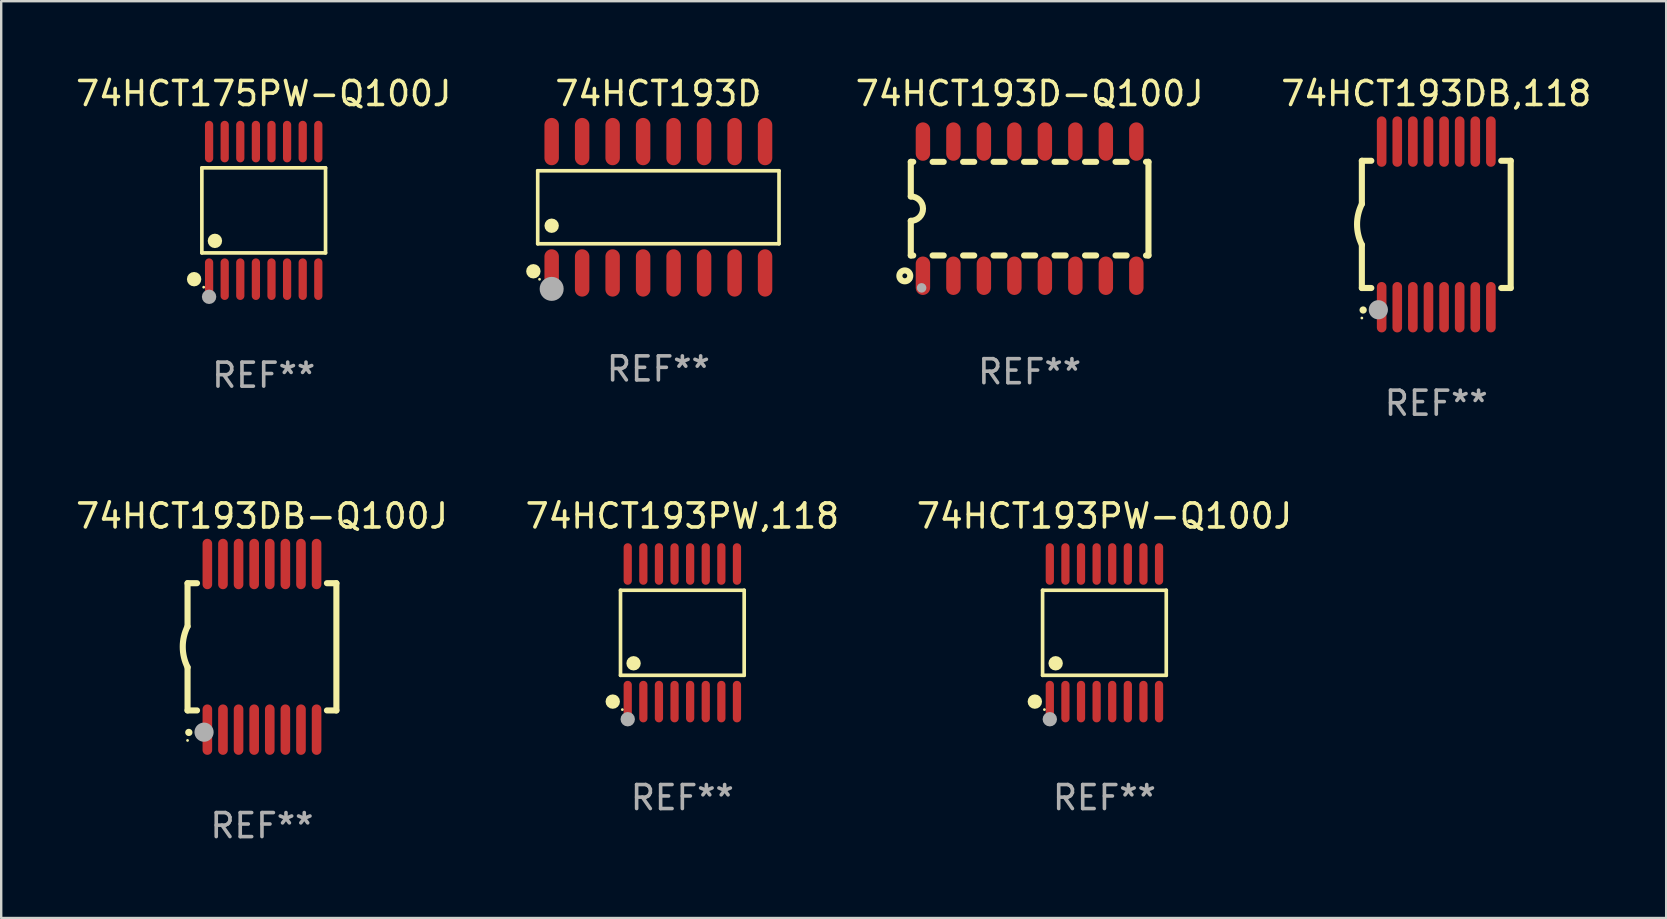
<source format=kicad_pcb>
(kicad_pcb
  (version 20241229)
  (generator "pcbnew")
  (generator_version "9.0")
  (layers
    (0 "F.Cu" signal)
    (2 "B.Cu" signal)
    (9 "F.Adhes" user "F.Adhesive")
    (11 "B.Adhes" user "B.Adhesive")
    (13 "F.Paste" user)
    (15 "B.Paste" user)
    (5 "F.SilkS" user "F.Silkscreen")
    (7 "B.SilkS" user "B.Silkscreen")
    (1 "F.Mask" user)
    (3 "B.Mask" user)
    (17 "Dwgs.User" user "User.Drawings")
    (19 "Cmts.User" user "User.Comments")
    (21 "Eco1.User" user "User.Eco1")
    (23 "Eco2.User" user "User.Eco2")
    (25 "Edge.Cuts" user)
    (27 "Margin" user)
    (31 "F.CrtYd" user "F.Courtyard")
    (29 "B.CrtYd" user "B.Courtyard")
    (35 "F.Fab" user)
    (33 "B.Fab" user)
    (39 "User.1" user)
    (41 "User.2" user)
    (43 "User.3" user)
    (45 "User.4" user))
  (footprint "74HCT175PW-Q100J"
    (layer "F.Cu")
    (at 7.935 5.714)
    (property "Reference" "74HCT175PW-Q100J" (at 0 -4.866 0) (layer "F.SilkS") (effects (font (size 1 1) (thickness 0.15))))
    (attr through_hole)
    (fp_line (start -2.576 -1.772) (end 2.576 -1.772) (stroke (width 0.152) (type solid)) (layer "F.SilkS"))
    (fp_line (start -2.576 1.771) (end -2.576 -1.772) (stroke (width 0.152) (type solid)) (layer "F.SilkS"))
    (fp_line (start 2.576 -1.772) (end 2.576 1.771) (stroke (width 0.152) (type solid)) (layer "F.SilkS"))
    (fp_line (start 2.576 1.771) (end -2.576 1.771) (stroke (width 0.152) (type solid)) (layer "F.SilkS"))
    (fp_circle (center -2.899 2.866) (end -2.749 2.866) (stroke (width 0.3) (type solid)) (fill no) (layer "F.SilkS"))
    (fp_circle (center -2.5 3.2) (end -2.47 3.2) (stroke (width 0.06) (type solid)) (fill no) (layer "F.SilkS"))
    (fp_circle (center -2.032 1.27) (end -1.882 1.27) (stroke (width 0.3) (type solid)) (fill no) (layer "F.SilkS"))
    (fp_circle (center -2.275 3.6) (end -2.125 3.6) (stroke (width 0.3) (type solid)) (fill no) (layer "F.Fab"))
    (fp_text user "REF**" (at 0 6.866 0) (layer "F.Fab") (effects (font (size 1 1) (thickness 0.15))))
    (pad "1" smd oval (at -2.275 2.866) (size 0.343 1.731) (layers "F.Cu" "F.Mask" "F.Paste"))
    (pad "2" smd oval (at -1.625 2.866) (size 0.343 1.731) (layers "F.Cu" "F.Mask" "F.Paste"))
    (pad "3" smd oval (at -0.975 2.866) (size 0.343 1.731) (layers "F.Cu" "F.Mask" "F.Paste"))
    (pad "4" smd oval (at -0.325 2.866) (size 0.343 1.731) (layers "F.Cu" "F.Mask" "F.Paste"))
    (pad "5" smd oval (at 0.325 2.866) (size 0.343 1.731) (layers "F.Cu" "F.Mask" "F.Paste"))
    (pad "6" smd oval (at 0.975 2.866) (size 0.343 1.731) (layers "F.Cu" "F.Mask" "F.Paste"))
    (pad "7" smd oval (at 1.625 2.866) (size 0.343 1.731) (layers "F.Cu" "F.Mask" "F.Paste"))
    (pad "8" smd oval (at 2.275 2.866) (size 0.343 1.731) (layers "F.Cu" "F.Mask" "F.Paste"))
    (pad "9" smd oval (at 2.275 -2.866) (size 0.343 1.731) (layers "F.Cu" "F.Mask" "F.Paste"))
    (pad "10" smd oval (at 1.625 -2.866) (size 0.343 1.731) (layers "F.Cu" "F.Mask" "F.Paste"))
    (pad "11" smd oval (at 0.975 -2.866) (size 0.343 1.731) (layers "F.Cu" "F.Mask" "F.Paste"))
    (pad "12" smd oval (at 0.325 -2.866) (size 0.343 1.731) (layers "F.Cu" "F.Mask" "F.Paste"))
    (pad "13" smd oval (at -0.325 -2.866) (size 0.343 1.731) (layers "F.Cu" "F.Mask" "F.Paste"))
    (pad "14" smd oval (at -0.975 -2.866) (size 0.343 1.731) (layers "F.Cu" "F.Mask" "F.Paste"))
    (pad "15" smd oval (at -1.625 -2.866) (size 0.343 1.731) (layers "F.Cu" "F.Mask" "F.Paste"))
    (pad "16" smd oval (at -2.275 -2.866) (size 0.343 1.731) (layers "F.Cu" "F.Mask" "F.Paste")))
  (footprint "74HCT193D-Q100J"
    (layer "F.Cu")
    (at 39.842 5.642)
    (property "Reference" "74HCT193D-Q100J" (at 0 -4.794 0) (layer "F.SilkS") (effects (font (size 1 1) (thickness 0.15))))
    (attr through_hole)
    (fp_line (start -4.95 -1.95) (end -4.95 -0.508) (stroke (width 0.254) (type solid)) (layer "F.SilkS"))
    (fp_line (start -4.95 -1.95) (end -4.849 -1.95) (stroke (width 0.254) (type solid)) (layer "F.SilkS"))
    (fp_line (start -4.95 1.95) (end -4.95 0.508) (stroke (width 0.254) (type solid)) (layer "F.SilkS"))
    (fp_line (start -4.95 1.95) (end -4.849 1.95) (stroke (width 0.254) (type solid)) (layer "F.SilkS"))
    (fp_line (start -4.041 -1.95) (end -3.579 -1.95) (stroke (width 0.254) (type solid)) (layer "F.SilkS"))
    (fp_line (start -4.041 1.95) (end -3.579 1.95) (stroke (width 0.254) (type solid)) (layer "F.SilkS"))
    (fp_line (start -2.771 -1.95) (end -2.309 -1.95) (stroke (width 0.254) (type solid)) (layer "F.SilkS"))
    (fp_line (start -2.771 1.95) (end -2.309 1.95) (stroke (width 0.254) (type solid)) (layer "F.SilkS"))
    (fp_line (start -1.501 -1.95) (end -1.039 -1.95) (stroke (width 0.254) (type solid)) (layer "F.SilkS"))
    (fp_line (start -1.501 1.95) (end -1.039 1.95) (stroke (width 0.254) (type solid)) (layer "F.SilkS"))
    (fp_line (start -0.231 -1.95) (end 0.231 -1.95) (stroke (width 0.254) (type solid)) (layer "F.SilkS"))
    (fp_line (start -0.231 1.95) (end 0.231 1.95) (stroke (width 0.254) (type solid)) (layer "F.SilkS"))
    (fp_line (start 1.039 -1.95) (end 1.501 -1.95) (stroke (width 0.254) (type solid)) (layer "F.SilkS"))
    (fp_line (start 1.039 1.95) (end 1.501 1.95) (stroke (width 0.254) (type solid)) (layer "F.SilkS"))
    (fp_line (start 2.309 -1.95) (end 2.771 -1.95) (stroke (width 0.254) (type solid)) (layer "F.SilkS"))
    (fp_line (start 2.309 1.95) (end 2.771 1.95) (stroke (width 0.254) (type solid)) (layer "F.SilkS"))
    (fp_line (start 3.579 -1.95) (end 4.041 -1.95) (stroke (width 0.254) (type solid)) (layer "F.SilkS"))
    (fp_line (start 3.579 1.95) (end 4.041 1.95) (stroke (width 0.254) (type solid)) (layer "F.SilkS"))
    (fp_line (start 4.849 -1.95) (end 4.95 -1.95) (stroke (width 0.254) (type solid)) (layer "F.SilkS"))
    (fp_line (start 4.849 1.95) (end 4.95 1.95) (stroke (width 0.254) (type solid)) (layer "F.SilkS"))
    (fp_line (start 4.95 -1.95) (end 4.95 1.95) (stroke (width 0.254) (type solid)) (layer "F.SilkS"))
    (fp_arc (start -4.95047 -0.508001) (mid -4.442469 -0.000228) (end -4.950013 0.508001) (stroke (width 0.254001) (type solid)) (layer "F.SilkS"))
    (fp_circle (center -5.2 2.8) (end -5.1 2.8) (stroke (width 0.254) (type solid)) (fill no) (layer "F.SilkS"))
    (fp_circle (center -4.95 2.947) (end -4.92 2.947) (stroke (width 0.06) (type solid)) (fill no) (layer "F.SilkS"))
    (fp_circle (center -4.5 3.3) (end -4.4 3.3) (stroke (width 0.2) (type solid)) (fill no) (layer "F.Fab"))
    (fp_text user "REF**" (at 0 6.794 0) (layer "F.Fab") (effects (font (size 1 1) (thickness 0.15))))
    (pad "1" smd oval (at -4.445 2.794) (size 0.6 1.6) (layers "F.Cu" "F.Mask" "F.Paste"))
    (pad "2" smd oval (at -3.175 2.794) (size 0.6 1.6) (layers "F.Cu" "F.Mask" "F.Paste"))
    (pad "3" smd oval (at -1.905 2.794) (size 0.6 1.6) (layers "F.Cu" "F.Mask" "F.Paste"))
    (pad "4" smd oval (at -0.635 2.794) (size 0.6 1.6) (layers "F.Cu" "F.Mask" "F.Paste"))
    (pad "5" smd oval (at 0.635 2.794) (size 0.6 1.6) (layers "F.Cu" "F.Mask" "F.Paste"))
    (pad "6" smd oval (at 1.905 2.794) (size 0.6 1.6) (layers "F.Cu" "F.Mask" "F.Paste"))
    (pad "7" smd oval (at 3.175 2.794) (size 0.6 1.6) (layers "F.Cu" "F.Mask" "F.Paste"))
    (pad "8" smd oval (at 4.445 2.794) (size 0.6 1.6) (layers "F.Cu" "F.Mask" "F.Paste"))
    (pad "9" smd oval (at 4.445 -2.794) (size 0.6 1.6) (layers "F.Cu" "F.Mask" "F.Paste"))
    (pad "10" smd oval (at 3.175 -2.794) (size 0.6 1.6) (layers "F.Cu" "F.Mask" "F.Paste"))
    (pad "11" smd oval (at 1.905 -2.794) (size 0.6 1.6) (layers "F.Cu" "F.Mask" "F.Paste"))
    (pad "12" smd oval (at 0.635 -2.794) (size 0.6 1.6) (layers "F.Cu" "F.Mask" "F.Paste"))
    (pad "13" smd oval (at -0.635 -2.794) (size 0.6 1.6) (layers "F.Cu" "F.Mask" "F.Paste"))
    (pad "14" smd oval (at -1.905 -2.794) (size 0.6 1.6) (layers "F.Cu" "F.Mask" "F.Paste"))
    (pad "15" smd oval (at -3.175 -2.794) (size 0.6 1.6) (layers "F.Cu" "F.Mask" "F.Paste"))
    (pad "16" smd oval (at -4.445 -2.794) (size 0.6 1.6) (layers "F.Cu" "F.Mask" "F.Paste")))
  (footprint "74HCT193DB-Q100J"
    (layer "F.Cu")
    (at 7.863 23.895)
    (property "Reference" "74HCT193DB-Q100J" (at 0 -5.45 0) (layer "F.SilkS") (effects (font (size 1 1) (thickness 0.15))))
    (attr through_hole)
    (fp_line (start -3.1 -2.65) (end -3.1 -0.85) (stroke (width 0.254) (type solid)) (layer "F.SilkS"))
    (fp_line (start -3.1 -2.65) (end -2.706 -2.65) (stroke (width 0.254) (type solid)) (layer "F.SilkS"))
    (fp_line (start -3.1 2.65) (end -3.1 0.85) (stroke (width 0.254) (type solid)) (layer "F.SilkS"))
    (fp_line (start -3.1 2.65) (end -2.706 2.65) (stroke (width 0.254) (type solid)) (layer "F.SilkS"))
    (fp_line (start 2.706 -2.65) (end 3.1 -2.65) (stroke (width 0.254) (type solid)) (layer "F.SilkS"))
    (fp_line (start 2.706 2.65) (end 3.1 2.65) (stroke (width 0.254) (type solid)) (layer "F.SilkS"))
    (fp_line (start 3.1 -2.65) (end 3.1 2.65) (stroke (width 0.254) (type solid)) (layer "F.SilkS"))
    (fp_arc (start -3.098907 0.850902) (mid -3.300057 0.000523) (end -3.1 -0.850114) (stroke (width 0.254001) (type solid)) (layer "F.SilkS"))
    (fp_arc (start -3.048006 3.566066) (mid -3.046736 3.566061) (end -3.045466 3.566066) (stroke (width 0.3) (type solid)) (layer "F.SilkS"))
    (fp_circle (center -3.1 3.9) (end -3.07 3.9) (stroke (width 0.06) (type solid)) (fill no) (layer "F.SilkS"))
    (fp_circle (center -2.413 3.556) (end -2.213 3.556) (stroke (width 0.4) (type solid)) (fill no) (layer "F.Fab"))
    (fp_text user "REF**" (at 0 7.45 0) (layer "F.Fab") (effects (font (size 1 1) (thickness 0.15))))
    (pad "1" smd oval (at -2.275 3.45 180) (size 0.4 2.1) (layers "F.Cu" "F.Mask" "F.Paste"))
    (pad "2" smd oval (at -1.625 3.45 180) (size 0.4 2.1) (layers "F.Cu" "F.Mask" "F.Paste"))
    (pad "3" smd oval (at -0.975 3.45 180) (size 0.4 2.1) (layers "F.Cu" "F.Mask" "F.Paste"))
    (pad "4" smd oval (at -0.325 3.45 180) (size 0.4 2.1) (layers "F.Cu" "F.Mask" "F.Paste"))
    (pad "5" smd oval (at 0.325 3.45 180) (size 0.4 2.1) (layers "F.Cu" "F.Mask" "F.Paste"))
    (pad "6" smd oval (at 0.975 3.45 180) (size 0.4 2.1) (layers "F.Cu" "F.Mask" "F.Paste"))
    (pad "7" smd oval (at 1.625 3.45 180) (size 0.4 2.1) (layers "F.Cu" "F.Mask" "F.Paste"))
    (pad "8" smd oval (at 2.275 3.45 180) (size 0.4 2.1) (layers "F.Cu" "F.Mask" "F.Paste"))
    (pad "9" smd oval (at 2.275 -3.45 180) (size 0.4 2.1) (layers "F.Cu" "F.Mask" "F.Paste"))
    (pad "10" smd oval (at 1.625 -3.45 180) (size 0.4 2.1) (layers "F.Cu" "F.Mask" "F.Paste"))
    (pad "11" smd oval (at 0.975 -3.45 180) (size 0.4 2.1) (layers "F.Cu" "F.Mask" "F.Paste"))
    (pad "12" smd oval (at 0.325 -3.45 180) (size 0.4 2.1) (layers "F.Cu" "F.Mask" "F.Paste"))
    (pad "13" smd oval (at -0.325 -3.45 180) (size 0.4 2.1) (layers "F.Cu" "F.Mask" "F.Paste"))
    (pad "14" smd oval (at -0.975 -3.45 180) (size 0.4 2.1) (layers "F.Cu" "F.Mask" "F.Paste"))
    (pad "15" smd oval (at -1.625 -3.45 180) (size 0.4 2.1) (layers "F.Cu" "F.Mask" "F.Paste"))
    (pad "16" smd oval (at -2.275 -3.45 180) (size 0.4 2.1) (layers "F.Cu" "F.Mask" "F.Paste")))
  (footprint "74HCT193D"
    (layer "F.Cu")
    (at 24.376 5.584)
    (property "Reference" "74HCT193D" (at 0 -4.736 0) (layer "F.SilkS") (effects (font (size 1 1) (thickness 0.15))))
    (attr through_hole)
    (fp_line (start -5.026 -1.521) (end 5.026 -1.521) (stroke (width 0.152) (type solid)) (layer "F.SilkS"))
    (fp_line (start -5.026 1.521) (end -5.026 -1.521) (stroke (width 0.152) (type solid)) (layer "F.SilkS"))
    (fp_line (start 5.026 -1.521) (end 5.026 1.521) (stroke (width 0.152) (type solid)) (layer "F.SilkS"))
    (fp_line (start 5.026 1.521) (end -5.026 1.521) (stroke (width 0.152) (type solid)) (layer "F.SilkS"))
    (fp_circle (center -5.207 2.667) (end -5.057 2.667) (stroke (width 0.3) (type solid)) (fill no) (layer "F.SilkS"))
    (fp_circle (center -4.95 3) (end -4.92 3) (stroke (width 0.06) (type solid)) (fill no) (layer "F.SilkS"))
    (fp_circle (center -4.445 0.769) (end -4.295 0.769) (stroke (width 0.3) (type solid)) (fill no) (layer "F.SilkS"))
    (fp_circle (center -4.445 3.4) (end -4.195 3.4) (stroke (width 0.5) (type solid)) (fill no) (layer "F.Fab"))
    (fp_text user "REF**" (at 0 6.736 0) (layer "F.Fab") (effects (font (size 1 1) (thickness 0.15))))
    (pad "1" smd oval (at -4.445 2.736) (size 0.602 1.971) (layers "F.Cu" "F.Mask" "F.Paste"))
    (pad "2" smd oval (at -3.175 2.736) (size 0.602 1.971) (layers "F.Cu" "F.Mask" "F.Paste"))
    (pad "3" smd oval (at -1.905 2.736) (size 0.602 1.971) (layers "F.Cu" "F.Mask" "F.Paste"))
    (pad "4" smd oval (at -0.635 2.736) (size 0.602 1.971) (layers "F.Cu" "F.Mask" "F.Paste"))
    (pad "5" smd oval (at 0.635 2.736) (size 0.602 1.971) (layers "F.Cu" "F.Mask" "F.Paste"))
    (pad "6" smd oval (at 1.905 2.736) (size 0.602 1.971) (layers "F.Cu" "F.Mask" "F.Paste"))
    (pad "7" smd oval (at 3.175 2.736) (size 0.602 1.971) (layers "F.Cu" "F.Mask" "F.Paste"))
    (pad "8" smd oval (at 4.445 2.736) (size 0.602 1.971) (layers "F.Cu" "F.Mask" "F.Paste"))
    (pad "9" smd oval (at 4.445 -2.736) (size 0.602 1.971) (layers "F.Cu" "F.Mask" "F.Paste"))
    (pad "10" smd oval (at 3.175 -2.736) (size 0.602 1.971) (layers "F.Cu" "F.Mask" "F.Paste"))
    (pad "11" smd oval (at 1.905 -2.736) (size 0.602 1.971) (layers "F.Cu" "F.Mask" "F.Paste"))
    (pad "12" smd oval (at 0.635 -2.736) (size 0.602 1.971) (layers "F.Cu" "F.Mask" "F.Paste"))
    (pad "13" smd oval (at -0.635 -2.736) (size 0.602 1.971) (layers "F.Cu" "F.Mask" "F.Paste"))
    (pad "14" smd oval (at -1.905 -2.736) (size 0.602 1.971) (layers "F.Cu" "F.Mask" "F.Paste"))
    (pad "15" smd oval (at -3.175 -2.736) (size 0.602 1.971) (layers "F.Cu" "F.Mask" "F.Paste"))
    (pad "16" smd oval (at -4.445 -2.736) (size 0.602 1.971) (layers "F.Cu" "F.Mask" "F.Paste")))
  (footprint "74HCT193PW-Q100J"
    (layer "F.Cu")
    (at 42.958 23.311)
    (property "Reference" "74HCT193PW-Q100J" (at 0 -4.866 0) (layer "F.SilkS") (effects (font (size 1 1) (thickness 0.15))))
    (attr through_hole)
    (fp_line (start -2.576 -1.772) (end 2.576 -1.772) (stroke (width 0.152) (type solid)) (layer "F.SilkS"))
    (fp_line (start -2.576 1.771) (end -2.576 -1.772) (stroke (width 0.152) (type solid)) (layer "F.SilkS"))
    (fp_line (start 2.576 -1.772) (end 2.576 1.771) (stroke (width 0.152) (type solid)) (layer "F.SilkS"))
    (fp_line (start 2.576 1.771) (end -2.576 1.771) (stroke (width 0.152) (type solid)) (layer "F.SilkS"))
    (fp_circle (center -2.899 2.866) (end -2.749 2.866) (stroke (width 0.3) (type solid)) (fill no) (layer "F.SilkS"))
    (fp_circle (center -2.5 3.2) (end -2.47 3.2) (stroke (width 0.06) (type solid)) (fill no) (layer "F.SilkS"))
    (fp_circle (center -2.032 1.27) (end -1.882 1.27) (stroke (width 0.3) (type solid)) (fill no) (layer "F.SilkS"))
    (fp_circle (center -2.275 3.6) (end -2.125 3.6) (stroke (width 0.3) (type solid)) (fill no) (layer "F.Fab"))
    (fp_text user "REF**" (at 0 6.866 0) (layer "F.Fab") (effects (font (size 1 1) (thickness 0.15))))
    (pad "1" smd oval (at -2.275 2.866) (size 0.343 1.731) (layers "F.Cu" "F.Mask" "F.Paste"))
    (pad "2" smd oval (at -1.625 2.866) (size 0.343 1.731) (layers "F.Cu" "F.Mask" "F.Paste"))
    (pad "3" smd oval (at -0.975 2.866) (size 0.343 1.731) (layers "F.Cu" "F.Mask" "F.Paste"))
    (pad "4" smd oval (at -0.325 2.866) (size 0.343 1.731) (layers "F.Cu" "F.Mask" "F.Paste"))
    (pad "5" smd oval (at 0.325 2.866) (size 0.343 1.731) (layers "F.Cu" "F.Mask" "F.Paste"))
    (pad "6" smd oval (at 0.975 2.866) (size 0.343 1.731) (layers "F.Cu" "F.Mask" "F.Paste"))
    (pad "7" smd oval (at 1.625 2.866) (size 0.343 1.731) (layers "F.Cu" "F.Mask" "F.Paste"))
    (pad "8" smd oval (at 2.275 2.866) (size 0.343 1.731) (layers "F.Cu" "F.Mask" "F.Paste"))
    (pad "9" smd oval (at 2.275 -2.866) (size 0.343 1.731) (layers "F.Cu" "F.Mask" "F.Paste"))
    (pad "10" smd oval (at 1.625 -2.866) (size 0.343 1.731) (layers "F.Cu" "F.Mask" "F.Paste"))
    (pad "11" smd oval (at 0.975 -2.866) (size 0.343 1.731) (layers "F.Cu" "F.Mask" "F.Paste"))
    (pad "12" smd oval (at 0.325 -2.866) (size 0.343 1.731) (layers "F.Cu" "F.Mask" "F.Paste"))
    (pad "13" smd oval (at -0.325 -2.866) (size 0.343 1.731) (layers "F.Cu" "F.Mask" "F.Paste"))
    (pad "14" smd oval (at -0.975 -2.866) (size 0.343 1.731) (layers "F.Cu" "F.Mask" "F.Paste"))
    (pad "15" smd oval (at -1.625 -2.866) (size 0.343 1.731) (layers "F.Cu" "F.Mask" "F.Paste"))
    (pad "16" smd oval (at -2.275 -2.866) (size 0.343 1.731) (layers "F.Cu" "F.Mask" "F.Paste")))
  (footprint "74HCT193DB,118"
    (layer "F.Cu")
    (at 56.782 6.298)
    (property "Reference" "74HCT193DB,118" (at 0 -5.45 0) (layer "F.SilkS") (effects (font (size 1 1) (thickness 0.15))))
    (attr through_hole)
    (fp_line (start -3.1 -2.65) (end -3.1 -0.85) (stroke (width 0.254) (type solid)) (layer "F.SilkS"))
    (fp_line (start -3.1 -2.65) (end -2.706 -2.65) (stroke (width 0.254) (type solid)) (layer "F.SilkS"))
    (fp_line (start -3.1 2.65) (end -3.1 0.85) (stroke (width 0.254) (type solid)) (layer "F.SilkS"))
    (fp_line (start -3.1 2.65) (end -2.706 2.65) (stroke (width 0.254) (type solid)) (layer "F.SilkS"))
    (fp_line (start 2.706 -2.65) (end 3.1 -2.65) (stroke (width 0.254) (type solid)) (layer "F.SilkS"))
    (fp_line (start 2.706 2.65) (end 3.1 2.65) (stroke (width 0.254) (type solid)) (layer "F.SilkS"))
    (fp_line (start 3.1 -2.65) (end 3.1 2.65) (stroke (width 0.254) (type solid)) (layer "F.SilkS"))
    (fp_arc (start -3.098907 0.850902) (mid -3.300057 0.000523) (end -3.1 -0.850114) (stroke (width 0.254001) (type solid)) (layer "F.SilkS"))
    (fp_arc (start -3.048006 3.566066) (mid -3.046736 3.566061) (end -3.045466 3.566066) (stroke (width 0.3) (type solid)) (layer "F.SilkS"))
    (fp_circle (center -3.1 3.9) (end -3.07 3.9) (stroke (width 0.06) (type solid)) (fill no) (layer "F.SilkS"))
    (fp_circle (center -2.413 3.556) (end -2.213 3.556) (stroke (width 0.4) (type solid)) (fill no) (layer "F.Fab"))
    (fp_text user "REF**" (at 0 7.45 0) (layer "F.Fab") (effects (font (size 1 1) (thickness 0.15))))
    (pad "1" smd oval (at -2.275 3.45 180) (size 0.4 2.1) (layers "F.Cu" "F.Mask" "F.Paste"))
    (pad "2" smd oval (at -1.625 3.45 180) (size 0.4 2.1) (layers "F.Cu" "F.Mask" "F.Paste"))
    (pad "3" smd oval (at -0.975 3.45 180) (size 0.4 2.1) (layers "F.Cu" "F.Mask" "F.Paste"))
    (pad "4" smd oval (at -0.325 3.45 180) (size 0.4 2.1) (layers "F.Cu" "F.Mask" "F.Paste"))
    (pad "5" smd oval (at 0.325 3.45 180) (size 0.4 2.1) (layers "F.Cu" "F.Mask" "F.Paste"))
    (pad "6" smd oval (at 0.975 3.45 180) (size 0.4 2.1) (layers "F.Cu" "F.Mask" "F.Paste"))
    (pad "7" smd oval (at 1.625 3.45 180) (size 0.4 2.1) (layers "F.Cu" "F.Mask" "F.Paste"))
    (pad "8" smd oval (at 2.275 3.45 180) (size 0.4 2.1) (layers "F.Cu" "F.Mask" "F.Paste"))
    (pad "9" smd oval (at 2.275 -3.45 180) (size 0.4 2.1) (layers "F.Cu" "F.Mask" "F.Paste"))
    (pad "10" smd oval (at 1.625 -3.45 180) (size 0.4 2.1) (layers "F.Cu" "F.Mask" "F.Paste"))
    (pad "11" smd oval (at 0.975 -3.45 180) (size 0.4 2.1) (layers "F.Cu" "F.Mask" "F.Paste"))
    (pad "12" smd oval (at 0.325 -3.45 180) (size 0.4 2.1) (layers "F.Cu" "F.Mask" "F.Paste"))
    (pad "13" smd oval (at -0.325 -3.45 180) (size 0.4 2.1) (layers "F.Cu" "F.Mask" "F.Paste"))
    (pad "14" smd oval (at -0.975 -3.45 180) (size 0.4 2.1) (layers "F.Cu" "F.Mask" "F.Paste"))
    (pad "15" smd oval (at -1.625 -3.45 180) (size 0.4 2.1) (layers "F.Cu" "F.Mask" "F.Paste"))
    (pad "16" smd oval (at -2.275 -3.45 180) (size 0.4 2.1) (layers "F.Cu" "F.Mask" "F.Paste")))
  (footprint "74HCT193PW,118"
    (layer "F.Cu")
    (at 25.375 23.311)
    (property "Reference" "74HCT193PW,118" (at 0 -4.866 0) (layer "F.SilkS") (effects (font (size 1 1) (thickness 0.15))))
    (attr through_hole)
    (fp_line (start -2.576 -1.772) (end 2.576 -1.772) (stroke (width 0.152) (type solid)) (layer "F.SilkS"))
    (fp_line (start -2.576 1.771) (end -2.576 -1.772) (stroke (width 0.152) (type solid)) (layer "F.SilkS"))
    (fp_line (start 2.576 -1.772) (end 2.576 1.771) (stroke (width 0.152) (type solid)) (layer "F.SilkS"))
    (fp_line (start 2.576 1.771) (end -2.576 1.771) (stroke (width 0.152) (type solid)) (layer "F.SilkS"))
    (fp_circle (center -2.899 2.866) (end -2.749 2.866) (stroke (width 0.3) (type solid)) (fill no) (layer "F.SilkS"))
    (fp_circle (center -2.5 3.2) (end -2.47 3.2) (stroke (width 0.06) (type solid)) (fill no) (layer "F.SilkS"))
    (fp_circle (center -2.032 1.27) (end -1.882 1.27) (stroke (width 0.3) (type solid)) (fill no) (layer "F.SilkS"))
    (fp_circle (center -2.275 3.6) (end -2.125 3.6) (stroke (width 0.3) (type solid)) (fill no) (layer "F.Fab"))
    (fp_text user "REF**" (at 0 6.866 0) (layer "F.Fab") (effects (font (size 1 1) (thickness 0.15))))
    (pad "1" smd oval (at -2.275 2.866) (size 0.343 1.731) (layers "F.Cu" "F.Mask" "F.Paste"))
    (pad "2" smd oval (at -1.625 2.866) (size 0.343 1.731) (layers "F.Cu" "F.Mask" "F.Paste"))
    (pad "3" smd oval (at -0.975 2.866) (size 0.343 1.731) (layers "F.Cu" "F.Mask" "F.Paste"))
    (pad "4" smd oval (at -0.325 2.866) (size 0.343 1.731) (layers "F.Cu" "F.Mask" "F.Paste"))
    (pad "5" smd oval (at 0.325 2.866) (size 0.343 1.731) (layers "F.Cu" "F.Mask" "F.Paste"))
    (pad "6" smd oval (at 0.975 2.866) (size 0.343 1.731) (layers "F.Cu" "F.Mask" "F.Paste"))
    (pad "7" smd oval (at 1.625 2.866) (size 0.343 1.731) (layers "F.Cu" "F.Mask" "F.Paste"))
    (pad "8" smd oval (at 2.275 2.866) (size 0.343 1.731) (layers "F.Cu" "F.Mask" "F.Paste"))
    (pad "9" smd oval (at 2.275 -2.866) (size 0.343 1.731) (layers "F.Cu" "F.Mask" "F.Paste"))
    (pad "10" smd oval (at 1.625 -2.866) (size 0.343 1.731) (layers "F.Cu" "F.Mask" "F.Paste"))
    (pad "11" smd oval (at 0.975 -2.866) (size 0.343 1.731) (layers "F.Cu" "F.Mask" "F.Paste"))
    (pad "12" smd oval (at 0.325 -2.866) (size 0.343 1.731) (layers "F.Cu" "F.Mask" "F.Paste"))
    (pad "13" smd oval (at -0.325 -2.866) (size 0.343 1.731) (layers "F.Cu" "F.Mask" "F.Paste"))
    (pad "14" smd oval (at -0.975 -2.866) (size 0.343 1.731) (layers "F.Cu" "F.Mask" "F.Paste"))
    (pad "15" smd oval (at -1.625 -2.866) (size 0.343 1.731) (layers "F.Cu" "F.Mask" "F.Paste"))
    (pad "16" smd oval (at -2.275 -2.866) (size 0.343 1.731) (layers "F.Cu" "F.Mask" "F.Paste")))
  (gr_rect
    (start -3 -3)
    (end 66.36 35.193)
    (stroke (width 0.1) (type default))
    (fill no)
    (layer "Edge.Cuts")))
</source>
